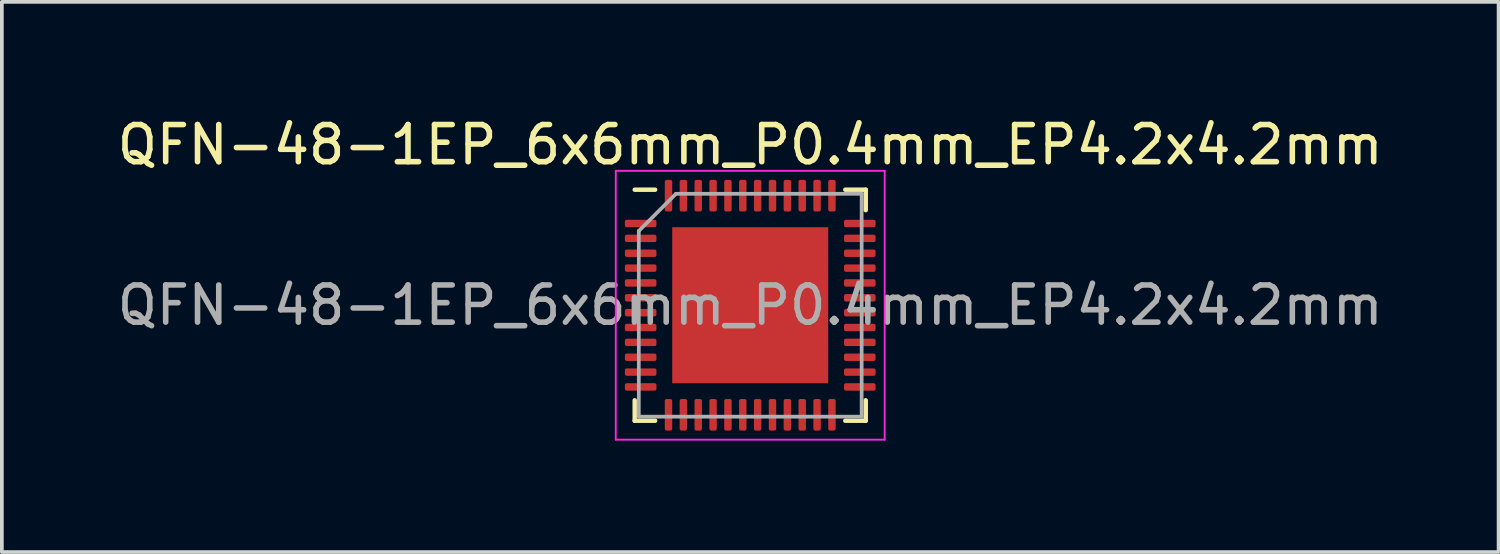
<source format=kicad_pcb>
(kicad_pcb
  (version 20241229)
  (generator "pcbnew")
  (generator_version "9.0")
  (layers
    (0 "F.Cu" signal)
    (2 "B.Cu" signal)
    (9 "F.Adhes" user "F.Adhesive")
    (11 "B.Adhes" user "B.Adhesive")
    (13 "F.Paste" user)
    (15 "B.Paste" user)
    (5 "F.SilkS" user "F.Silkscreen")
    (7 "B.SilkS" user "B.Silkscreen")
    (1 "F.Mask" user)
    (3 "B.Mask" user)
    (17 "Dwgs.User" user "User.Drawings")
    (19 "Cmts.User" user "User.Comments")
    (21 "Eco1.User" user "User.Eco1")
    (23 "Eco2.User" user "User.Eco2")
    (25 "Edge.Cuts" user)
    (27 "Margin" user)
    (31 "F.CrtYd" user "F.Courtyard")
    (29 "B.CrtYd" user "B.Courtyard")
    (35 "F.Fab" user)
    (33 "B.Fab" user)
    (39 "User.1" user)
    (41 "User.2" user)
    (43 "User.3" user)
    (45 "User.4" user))
  (footprint "QFN-48-1EP_6x6mm_P0.4mm_EP4.2x4.2mm"
    (layer "F.Cu")
    (at 17.149 5.168)
    (property "Reference" "QFN-48-1EP_6x6mm_P0.4mm_EP4.2x4.2mm" (at 0 -4.32 0) (layer "F.SilkS") (effects (font (size 1 1) (thickness 0.15))))
    (attr smd)
    (fp_line (start -3.11 3.11) (end -3.11 2.56) (stroke (width 0.12) (type solid)) (layer "F.SilkS"))
    (fp_line (start -2.56 -3.11) (end -3.11 -3.11) (stroke (width 0.12) (type solid)) (layer "F.SilkS"))
    (fp_line (start -2.56 3.11) (end -3.11 3.11) (stroke (width 0.12) (type solid)) (layer "F.SilkS"))
    (fp_line (start 2.56 -3.11) (end 3.11 -3.11) (stroke (width 0.12) (type solid)) (layer "F.SilkS"))
    (fp_line (start 2.56 3.11) (end 3.11 3.11) (stroke (width 0.12) (type solid)) (layer "F.SilkS"))
    (fp_line (start 3.11 -3.11) (end 3.11 -2.56) (stroke (width 0.12) (type solid)) (layer "F.SilkS"))
    (fp_line (start 3.11 3.11) (end 3.11 2.56) (stroke (width 0.12) (type solid)) (layer "F.SilkS"))
    (fp_line (start -3.62 -3.62) (end -3.62 3.62) (stroke (width 0.05) (type solid)) (layer "F.CrtYd"))
    (fp_line (start -3.62 3.62) (end 3.62 3.62) (stroke (width 0.05) (type solid)) (layer "F.CrtYd"))
    (fp_line (start 3.62 -3.62) (end -3.62 -3.62) (stroke (width 0.05) (type solid)) (layer "F.CrtYd"))
    (fp_line (start 3.62 3.62) (end 3.62 -3.62) (stroke (width 0.05) (type solid)) (layer "F.CrtYd"))
    (fp_line (start -3 -2) (end -2 -3) (stroke (width 0.1) (type solid)) (layer "F.Fab"))
    (fp_line (start -3 3) (end -3 -2) (stroke (width 0.1) (type solid)) (layer "F.Fab"))
    (fp_line (start -2 -3) (end 3 -3) (stroke (width 0.1) (type solid)) (layer "F.Fab"))
    (fp_line (start 3 -3) (end 3 3) (stroke (width 0.1) (type solid)) (layer "F.Fab"))
    (fp_line (start 3 3) (end -3 3) (stroke (width 0.1) (type solid)) (layer "F.Fab"))
    (fp_text user "${REFERENCE}" (at 0 0 0) (layer "F.Fab") (effects (font (size 1 1) (thickness 0.15))))
    (pad "" smd roundrect (at -1.4 -1.4) (size 1.13 1.13) (layers "F.Paste") (roundrect_rratio 0.221))
    (pad "" smd roundrect (at -1.4 0) (size 1.13 1.13) (layers "F.Paste") (roundrect_rratio 0.221))
    (pad "" smd roundrect (at -1.4 1.4) (size 1.13 1.13) (layers "F.Paste") (roundrect_rratio 0.221))
    (pad "" smd roundrect (at 0 -1.4) (size 1.13 1.13) (layers "F.Paste") (roundrect_rratio 0.221))
    (pad "" smd roundrect (at 0 0) (size 1.13 1.13) (layers "F.Paste") (roundrect_rratio 0.221))
    (pad "" smd roundrect (at 0 1.4) (size 1.13 1.13) (layers "F.Paste") (roundrect_rratio 0.221))
    (pad "" smd roundrect (at 1.4 -1.4) (size 1.13 1.13) (layers "F.Paste") (roundrect_rratio 0.221))
    (pad "" smd roundrect (at 1.4 0) (size 1.13 1.13) (layers "F.Paste") (roundrect_rratio 0.221))
    (pad "" smd roundrect (at 1.4 1.4) (size 1.13 1.13) (layers "F.Paste") (roundrect_rratio 0.221))
    (pad "1" smd roundrect (at -2.95 -2.2) (size 0.85 0.2) (layers "F.Cu" "F.Mask" "F.Paste") (roundrect_rratio 0.25))
    (pad "2" smd roundrect (at -2.95 -1.8) (size 0.85 0.2) (layers "F.Cu" "F.Mask" "F.Paste") (roundrect_rratio 0.25))
    (pad "3" smd roundrect (at -2.95 -1.4) (size 0.85 0.2) (layers "F.Cu" "F.Mask" "F.Paste") (roundrect_rratio 0.25))
    (pad "4" smd roundrect (at -2.95 -1) (size 0.85 0.2) (layers "F.Cu" "F.Mask" "F.Paste") (roundrect_rratio 0.25))
    (pad "5" smd roundrect (at -2.95 -0.6) (size 0.85 0.2) (layers "F.Cu" "F.Mask" "F.Paste") (roundrect_rratio 0.25))
    (pad "6" smd roundrect (at -2.95 -0.2) (size 0.85 0.2) (layers "F.Cu" "F.Mask" "F.Paste") (roundrect_rratio 0.25))
    (pad "7" smd roundrect (at -2.95 0.2) (size 0.85 0.2) (layers "F.Cu" "F.Mask" "F.Paste") (roundrect_rratio 0.25))
    (pad "8" smd roundrect (at -2.95 0.6) (size 0.85 0.2) (layers "F.Cu" "F.Mask" "F.Paste") (roundrect_rratio 0.25))
    (pad "9" smd roundrect (at -2.95 1) (size 0.85 0.2) (layers "F.Cu" "F.Mask" "F.Paste") (roundrect_rratio 0.25))
    (pad "10" smd roundrect (at -2.95 1.4) (size 0.85 0.2) (layers "F.Cu" "F.Mask" "F.Paste") (roundrect_rratio 0.25))
    (pad "11" smd roundrect (at -2.95 1.8) (size 0.85 0.2) (layers "F.Cu" "F.Mask" "F.Paste") (roundrect_rratio 0.25))
    (pad "12" smd roundrect (at -2.95 2.2) (size 0.85 0.2) (layers "F.Cu" "F.Mask" "F.Paste") (roundrect_rratio 0.25))
    (pad "13" smd roundrect (at -2.2 2.95) (size 0.2 0.85) (layers "F.Cu" "F.Mask" "F.Paste") (roundrect_rratio 0.25))
    (pad "14" smd roundrect (at -1.8 2.95) (size 0.2 0.85) (layers "F.Cu" "F.Mask" "F.Paste") (roundrect_rratio 0.25))
    (pad "15" smd roundrect (at -1.4 2.95) (size 0.2 0.85) (layers "F.Cu" "F.Mask" "F.Paste") (roundrect_rratio 0.25))
    (pad "16" smd roundrect (at -1 2.95) (size 0.2 0.85) (layers "F.Cu" "F.Mask" "F.Paste") (roundrect_rratio 0.25))
    (pad "17" smd roundrect (at -0.6 2.95) (size 0.2 0.85) (layers "F.Cu" "F.Mask" "F.Paste") (roundrect_rratio 0.25))
    (pad "18" smd roundrect (at -0.2 2.95) (size 0.2 0.85) (layers "F.Cu" "F.Mask" "F.Paste") (roundrect_rratio 0.25))
    (pad "19" smd roundrect (at 0.2 2.95) (size 0.2 0.85) (layers "F.Cu" "F.Mask" "F.Paste") (roundrect_rratio 0.25))
    (pad "20" smd roundrect (at 0.6 2.95) (size 0.2 0.85) (layers "F.Cu" "F.Mask" "F.Paste") (roundrect_rratio 0.25))
    (pad "21" smd roundrect (at 1 2.95) (size 0.2 0.85) (layers "F.Cu" "F.Mask" "F.Paste") (roundrect_rratio 0.25))
    (pad "22" smd roundrect (at 1.4 2.95) (size 0.2 0.85) (layers "F.Cu" "F.Mask" "F.Paste") (roundrect_rratio 0.25))
    (pad "23" smd roundrect (at 1.8 2.95) (size 0.2 0.85) (layers "F.Cu" "F.Mask" "F.Paste") (roundrect_rratio 0.25))
    (pad "24" smd roundrect (at 2.2 2.95) (size 0.2 0.85) (layers "F.Cu" "F.Mask" "F.Paste") (roundrect_rratio 0.25))
    (pad "25" smd roundrect (at 2.95 2.2) (size 0.85 0.2) (layers "F.Cu" "F.Mask" "F.Paste") (roundrect_rratio 0.25))
    (pad "26" smd roundrect (at 2.95 1.8) (size 0.85 0.2) (layers "F.Cu" "F.Mask" "F.Paste") (roundrect_rratio 0.25))
    (pad "27" smd roundrect (at 2.95 1.4) (size 0.85 0.2) (layers "F.Cu" "F.Mask" "F.Paste") (roundrect_rratio 0.25))
    (pad "28" smd roundrect (at 2.95 1) (size 0.85 0.2) (layers "F.Cu" "F.Mask" "F.Paste") (roundrect_rratio 0.25))
    (pad "29" smd roundrect (at 2.95 0.6) (size 0.85 0.2) (layers "F.Cu" "F.Mask" "F.Paste") (roundrect_rratio 0.25))
    (pad "30" smd roundrect (at 2.95 0.2) (size 0.85 0.2) (layers "F.Cu" "F.Mask" "F.Paste") (roundrect_rratio 0.25))
    (pad "31" smd roundrect (at 2.95 -0.2) (size 0.85 0.2) (layers "F.Cu" "F.Mask" "F.Paste") (roundrect_rratio 0.25))
    (pad "32" smd roundrect (at 2.95 -0.6) (size 0.85 0.2) (layers "F.Cu" "F.Mask" "F.Paste") (roundrect_rratio 0.25))
    (pad "33" smd roundrect (at 2.95 -1) (size 0.85 0.2) (layers "F.Cu" "F.Mask" "F.Paste") (roundrect_rratio 0.25))
    (pad "34" smd roundrect (at 2.95 -1.4) (size 0.85 0.2) (layers "F.Cu" "F.Mask" "F.Paste") (roundrect_rratio 0.25))
    (pad "35" smd roundrect (at 2.95 -1.8) (size 0.85 0.2) (layers "F.Cu" "F.Mask" "F.Paste") (roundrect_rratio 0.25))
    (pad "36" smd roundrect (at 2.95 -2.2) (size 0.85 0.2) (layers "F.Cu" "F.Mask" "F.Paste") (roundrect_rratio 0.25))
    (pad "37" smd roundrect (at 2.2 -2.95) (size 0.2 0.85) (layers "F.Cu" "F.Mask" "F.Paste") (roundrect_rratio 0.25))
    (pad "38" smd roundrect (at 1.8 -2.95) (size 0.2 0.85) (layers "F.Cu" "F.Mask" "F.Paste") (roundrect_rratio 0.25))
    (pad "39" smd roundrect (at 1.4 -2.95) (size 0.2 0.85) (layers "F.Cu" "F.Mask" "F.Paste") (roundrect_rratio 0.25))
    (pad "40" smd roundrect (at 1 -2.95) (size 0.2 0.85) (layers "F.Cu" "F.Mask" "F.Paste") (roundrect_rratio 0.25))
    (pad "41" smd roundrect (at 0.6 -2.95) (size 0.2 0.85) (layers "F.Cu" "F.Mask" "F.Paste") (roundrect_rratio 0.25))
    (pad "42" smd roundrect (at 0.2 -2.95) (size 0.2 0.85) (layers "F.Cu" "F.Mask" "F.Paste") (roundrect_rratio 0.25))
    (pad "43" smd roundrect (at -0.2 -2.95) (size 0.2 0.85) (layers "F.Cu" "F.Mask" "F.Paste") (roundrect_rratio 0.25))
    (pad "44" smd roundrect (at -0.6 -2.95) (size 0.2 0.85) (layers "F.Cu" "F.Mask" "F.Paste") (roundrect_rratio 0.25))
    (pad "45" smd roundrect (at -1 -2.95) (size 0.2 0.85) (layers "F.Cu" "F.Mask" "F.Paste") (roundrect_rratio 0.25))
    (pad "46" smd roundrect (at -1.4 -2.95) (size 0.2 0.85) (layers "F.Cu" "F.Mask" "F.Paste") (roundrect_rratio 0.25))
    (pad "47" smd roundrect (at -1.8 -2.95) (size 0.2 0.85) (layers "F.Cu" "F.Mask" "F.Paste") (roundrect_rratio 0.25))
    (pad "48" smd roundrect (at -2.2 -2.95) (size 0.2 0.85) (layers "F.Cu" "F.Mask" "F.Paste") (roundrect_rratio 0.25))
    (pad "49" smd rect (at 0 0) (size 4.2 4.2) (layers "F.Cu" "F.Mask")))
  (gr_rect
    (start -3 -3)
    (end 37.298 11.813)
    (stroke (width 0.1) (type default))
    (fill no)
    (layer "Edge.Cuts")))
</source>
